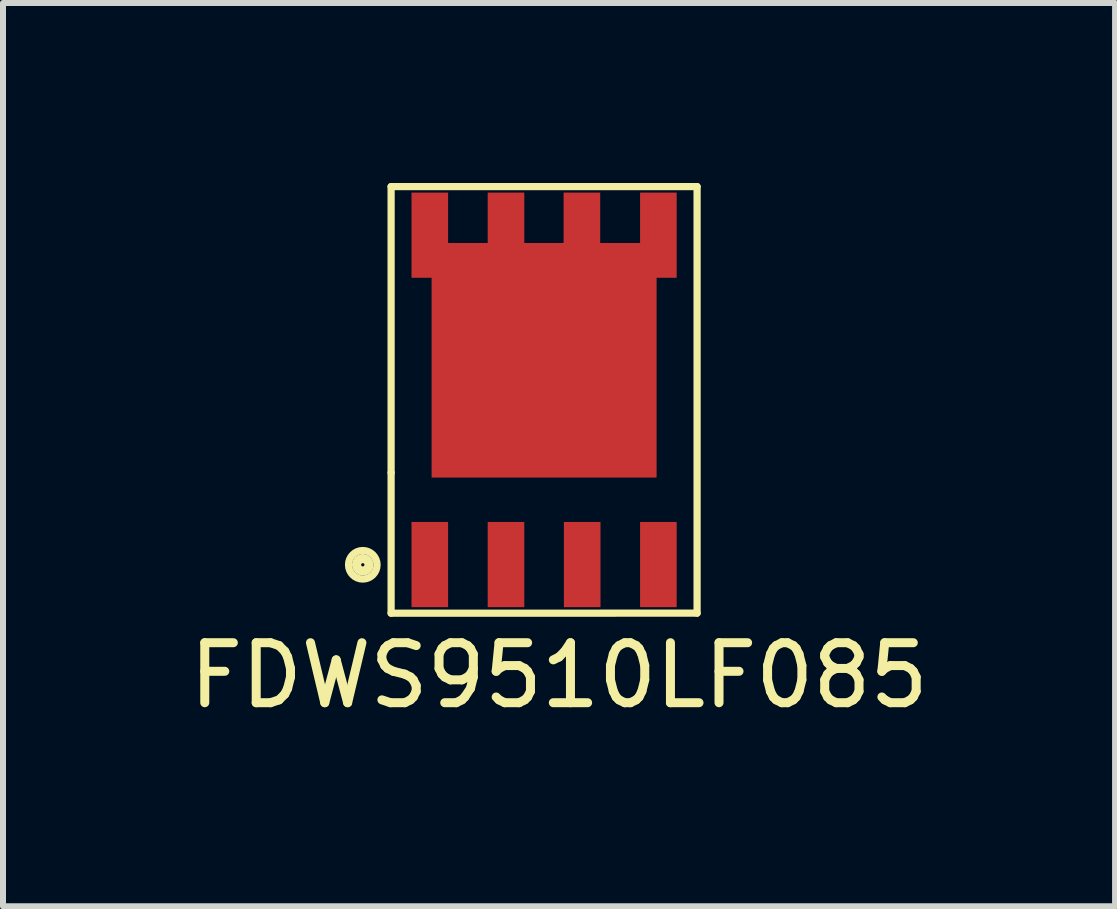
<source format=kicad_pcb>
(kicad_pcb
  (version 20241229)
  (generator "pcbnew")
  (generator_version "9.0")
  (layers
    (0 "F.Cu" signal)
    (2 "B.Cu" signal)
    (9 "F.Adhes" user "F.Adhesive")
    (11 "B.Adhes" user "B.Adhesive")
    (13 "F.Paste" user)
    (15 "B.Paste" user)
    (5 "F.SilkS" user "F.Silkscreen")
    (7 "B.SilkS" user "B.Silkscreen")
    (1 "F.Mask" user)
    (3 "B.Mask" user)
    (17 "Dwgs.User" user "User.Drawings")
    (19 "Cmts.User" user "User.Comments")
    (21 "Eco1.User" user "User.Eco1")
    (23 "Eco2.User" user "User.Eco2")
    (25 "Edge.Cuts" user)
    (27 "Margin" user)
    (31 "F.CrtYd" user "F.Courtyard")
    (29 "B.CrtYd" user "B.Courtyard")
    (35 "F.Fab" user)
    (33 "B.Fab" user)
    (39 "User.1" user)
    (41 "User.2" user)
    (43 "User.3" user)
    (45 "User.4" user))
  (footprint "FDWS9510LF085"
    (layer "F.Cu")
    (at 6.019 4.83)
    (property "Reference" "FDWS9510LF085" (at 0.249 3.378 0) (layer "F.SilkS") (effects (font (size 1 1) (thickness 0.15))))
    (attr through_hole)
    (fp_line (start -2.55 -4.77) (end 2.55 -4.77) (stroke (width 0.12) (type solid)) (layer "F.SilkS"))
    (fp_line (start -2.55 0) (end -2.55 -4.77) (stroke (width 0.12) (type solid)) (layer "F.SilkS"))
    (fp_line (start -2.55 2.341) (end -2.55 0) (stroke (width 0.12) (type solid)) (layer "F.SilkS"))
    (fp_line (start 2.55 -4.77) (end 2.55 2.34) (stroke (width 0.12) (type solid)) (layer "F.SilkS"))
    (fp_line (start 2.55 2.34) (end -2.55 2.341) (stroke (width 0.12) (type solid)) (layer "F.SilkS"))
    (fp_circle (center -3.022 1.534) (end -3 1.55) (stroke (width 0.12) (type solid)) (fill no) (layer "F.SilkS"))
    (fp_circle (center -3.022 1.534) (end -2.915 1.589) (stroke (width 0.12) (type solid)) (fill no) (layer "F.SilkS"))
    (fp_circle (center -3.022 1.534) (end -2.845 1.693) (stroke (width 0.12) (type solid)) (fill no) (layer "F.SilkS"))
    (pad "1" smd rect (at -1.905 1.53 90) (size 1.42 0.61) (layers "F.Cu" "F.Mask" "F.Paste"))
    (pad "2" smd rect (at -0.635 1.53 90) (size 1.42 0.61) (layers "F.Cu" "F.Mask" "F.Paste"))
    (pad "3" smd rect (at 0.635 1.53 90) (size 1.42 0.61) (layers "F.Cu" "F.Mask" "F.Paste"))
    (pad "4" smd rect (at 1.905 1.53 90) (size 1.42 0.61) (layers "F.Cu" "F.Mask" "F.Paste"))
    (pad "5" smd rect (at 1.905 -3.96 90) (size 1.42 0.61) (layers "F.Cu" "F.Mask" "F.Paste"))
    (pad "6" smd rect (at 0.63 -3.96 90) (size 1.42 0.61) (layers "F.Cu" "F.Mask" "F.Paste"))
    (pad "7" smd rect (at -0.635 -3.96 90) (size 1.42 0.61) (layers "F.Cu" "F.Mask" "F.Paste"))
    (pad "8" smd rect (at -1.905 -3.96 90) (size 1.42 0.61) (layers "F.Cu" "F.Mask" "F.Paste"))
    (pad "9" smd rect (at 0 -1.875 90) (size 3.91 3.75) (layers "F.Cu" "F.Mask" "F.Paste")))
  (gr_rect
    (start -3 -3)
    (end 15.536 12.056)
    (stroke (width 0.1) (type default))
    (fill no)
    (layer "Edge.Cuts")))
</source>
